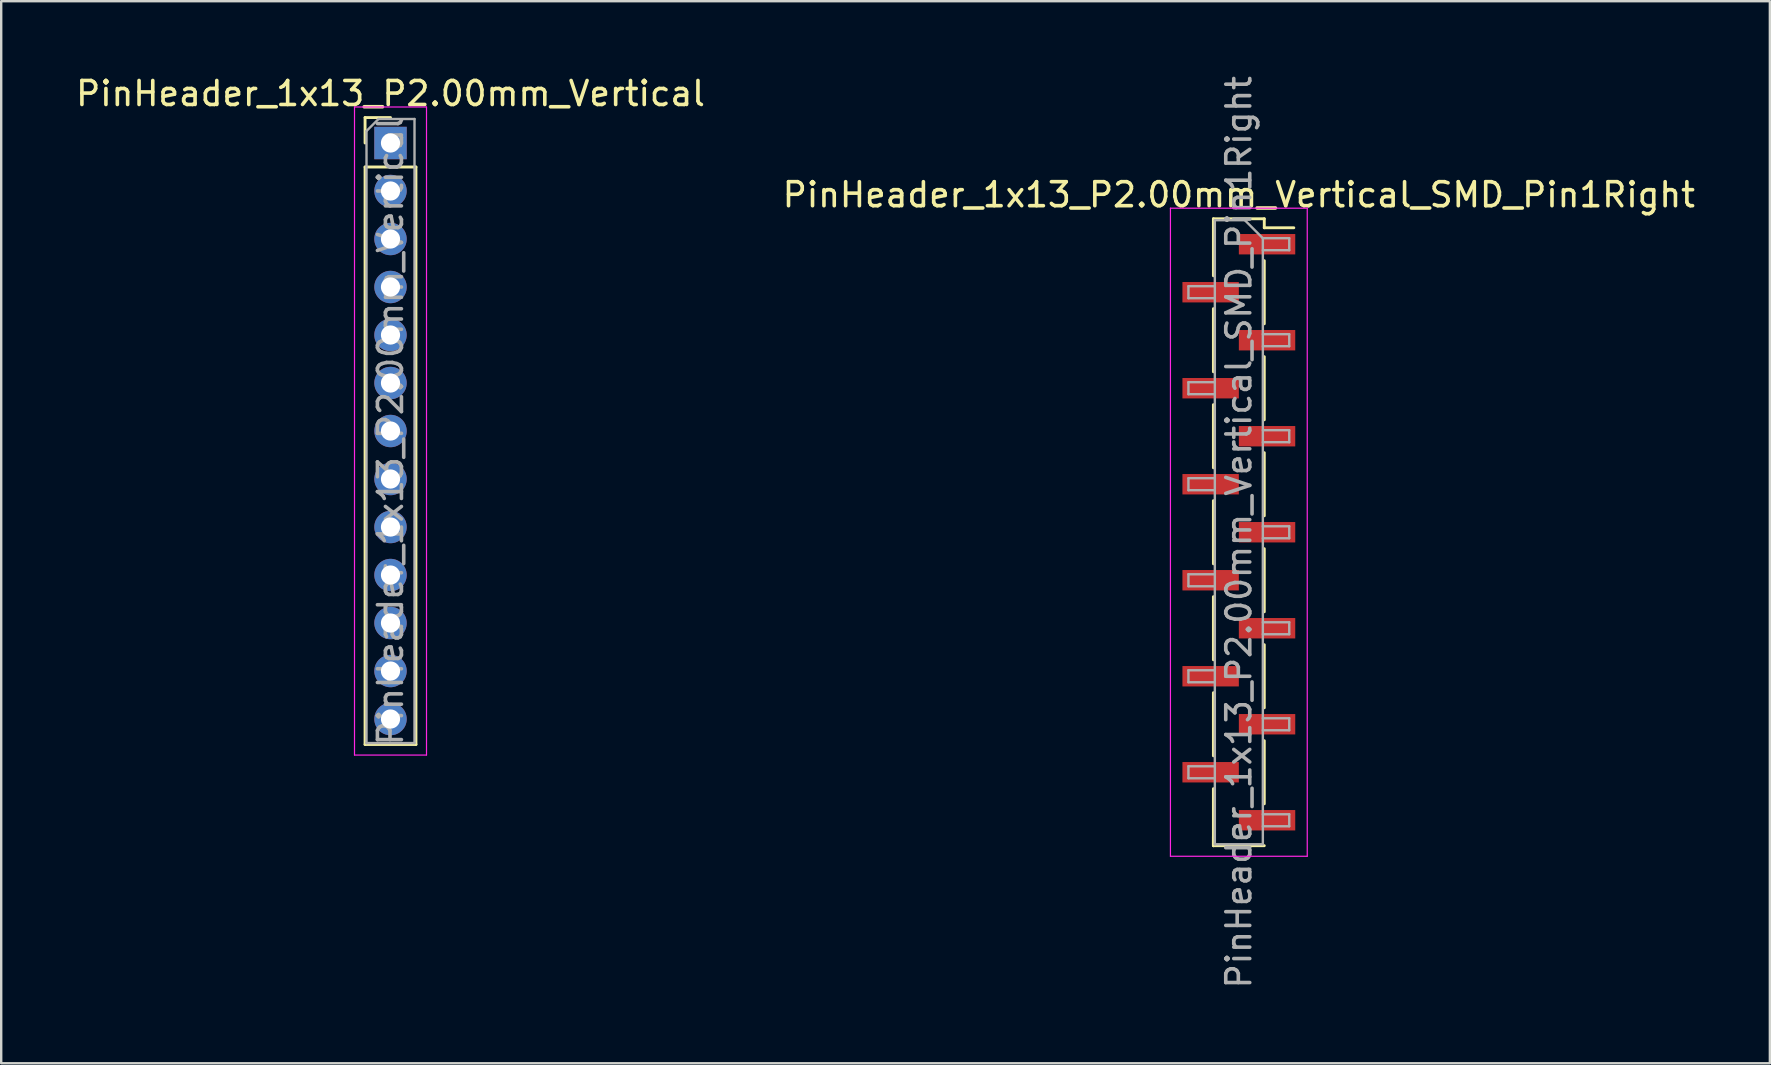
<source format=kicad_pcb>
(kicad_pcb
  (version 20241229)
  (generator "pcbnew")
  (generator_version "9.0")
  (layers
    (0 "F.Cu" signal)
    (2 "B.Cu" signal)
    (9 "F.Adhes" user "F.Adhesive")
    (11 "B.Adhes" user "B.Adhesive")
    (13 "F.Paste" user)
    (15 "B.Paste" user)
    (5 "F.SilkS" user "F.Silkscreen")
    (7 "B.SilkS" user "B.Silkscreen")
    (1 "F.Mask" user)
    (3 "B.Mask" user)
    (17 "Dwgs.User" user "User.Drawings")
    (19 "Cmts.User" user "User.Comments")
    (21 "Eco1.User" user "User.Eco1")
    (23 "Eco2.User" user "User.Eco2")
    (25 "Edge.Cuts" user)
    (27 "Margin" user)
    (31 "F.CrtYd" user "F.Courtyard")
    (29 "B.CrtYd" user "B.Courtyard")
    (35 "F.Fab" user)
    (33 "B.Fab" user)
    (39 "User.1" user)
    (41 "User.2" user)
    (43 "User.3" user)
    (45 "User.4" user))
  (footprint "PinHeader_1x13_P2.00mm_Vertical"
    (layer "F.Cu")
    (at 13.22 2.908)
    (property "Reference" "PinHeader_1x13_P2.00mm_Vertical" (at 0 -2.06 0) (layer "F.SilkS") (effects (font (size 1 1) (thickness 0.15))))
    (attr through_hole)
    (fp_line (start -1.06 -1.06) (end 0 -1.06) (stroke (width 0.12) (type solid)) (layer "F.SilkS"))
    (fp_line (start -1.06 0) (end -1.06 -1.06) (stroke (width 0.12) (type solid)) (layer "F.SilkS"))
    (fp_line (start -1.06 1) (end -1.06 25.06) (stroke (width 0.12) (type solid)) (layer "F.SilkS"))
    (fp_line (start -1.06 1) (end 1.06 1) (stroke (width 0.12) (type solid)) (layer "F.SilkS"))
    (fp_line (start -1.06 25.06) (end 1.06 25.06) (stroke (width 0.12) (type solid)) (layer "F.SilkS"))
    (fp_line (start 1.06 1) (end 1.06 25.06) (stroke (width 0.12) (type solid)) (layer "F.SilkS"))
    (fp_line (start -1.5 -1.5) (end -1.5 25.5) (stroke (width 0.05) (type solid)) (layer "F.CrtYd"))
    (fp_line (start -1.5 25.5) (end 1.5 25.5) (stroke (width 0.05) (type solid)) (layer "F.CrtYd"))
    (fp_line (start 1.5 -1.5) (end -1.5 -1.5) (stroke (width 0.05) (type solid)) (layer "F.CrtYd"))
    (fp_line (start 1.5 25.5) (end 1.5 -1.5) (stroke (width 0.05) (type solid)) (layer "F.CrtYd"))
    (fp_line (start -1 -0.5) (end -0.5 -1) (stroke (width 0.1) (type solid)) (layer "F.Fab"))
    (fp_line (start -1 25) (end -1 -0.5) (stroke (width 0.1) (type solid)) (layer "F.Fab"))
    (fp_line (start -0.5 -1) (end 1 -1) (stroke (width 0.1) (type solid)) (layer "F.Fab"))
    (fp_line (start 1 -1) (end 1 25) (stroke (width 0.1) (type solid)) (layer "F.Fab"))
    (fp_line (start 1 25) (end -1 25) (stroke (width 0.1) (type solid)) (layer "F.Fab"))
    (fp_text user "${REFERENCE}" (at 0 12 90) (layer "F.Fab") (effects (font (size 1 1) (thickness 0.15))))
    (pad "1" thru_hole rect (at 0 0) (size 1.35 1.35) (drill 0.8) (layers "*.Cu" "*.Mask"))
    (pad "2" thru_hole oval (at 0 2) (size 1.35 1.35) (drill 0.8) (layers "*.Cu" "*.Mask"))
    (pad "3" thru_hole oval (at 0 4) (size 1.35 1.35) (drill 0.8) (layers "*.Cu" "*.Mask"))
    (pad "4" thru_hole oval (at 0 6) (size 1.35 1.35) (drill 0.8) (layers "*.Cu" "*.Mask"))
    (pad "5" thru_hole oval (at 0 8) (size 1.35 1.35) (drill 0.8) (layers "*.Cu" "*.Mask"))
    (pad "6" thru_hole oval (at 0 10) (size 1.35 1.35) (drill 0.8) (layers "*.Cu" "*.Mask"))
    (pad "7" thru_hole oval (at 0 12) (size 1.35 1.35) (drill 0.8) (layers "*.Cu" "*.Mask"))
    (pad "8" thru_hole oval (at 0 14) (size 1.35 1.35) (drill 0.8) (layers "*.Cu" "*.Mask"))
    (pad "9" thru_hole oval (at 0 16) (size 1.35 1.35) (drill 0.8) (layers "*.Cu" "*.Mask"))
    (pad "10" thru_hole oval (at 0 18) (size 1.35 1.35) (drill 0.8) (layers "*.Cu" "*.Mask"))
    (pad "11" thru_hole oval (at 0 20) (size 1.35 1.35) (drill 0.8) (layers "*.Cu" "*.Mask"))
    (pad "12" thru_hole oval (at 0 22) (size 1.35 1.35) (drill 0.8) (layers "*.Cu" "*.Mask"))
    (pad "13" thru_hole oval (at 0 24) (size 1.35 1.35) (drill 0.8) (layers "*.Cu" "*.Mask")))
  (footprint "PinHeader_1x13_P2.00mm_Vertical_SMD_Pin1Right"
    (layer "F.Cu")
    (at 48.565 19.125)
    (property "Reference" "PinHeader_1x13_P2.00mm_Vertical_SMD_Pin1Right" (at 0 -14.06 0) (layer "F.SilkS") (effects (font (size 1 1) (thickness 0.15))))
    (attr smd)
    (fp_line (start -1.06 -13.06) (end -1.06 -10.685) (stroke (width 0.12) (type solid)) (layer "F.SilkS"))
    (fp_line (start -1.06 -13.06) (end 1.06 -13.06) (stroke (width 0.12) (type solid)) (layer "F.SilkS"))
    (fp_line (start -1.06 -9.315) (end -1.06 -6.685) (stroke (width 0.12) (type solid)) (layer "F.SilkS"))
    (fp_line (start -1.06 -5.315) (end -1.06 -2.685) (stroke (width 0.12) (type solid)) (layer "F.SilkS"))
    (fp_line (start -1.06 -1.315) (end -1.06 1.315) (stroke (width 0.12) (type solid)) (layer "F.SilkS"))
    (fp_line (start -1.06 2.685) (end -1.06 5.315) (stroke (width 0.12) (type solid)) (layer "F.SilkS"))
    (fp_line (start -1.06 6.685) (end -1.06 9.315) (stroke (width 0.12) (type solid)) (layer "F.SilkS"))
    (fp_line (start -1.06 10.685) (end -1.06 13.06) (stroke (width 0.12) (type solid)) (layer "F.SilkS"))
    (fp_line (start -1.06 12.685) (end -1.06 13.06) (stroke (width 0.12) (type solid)) (layer "F.SilkS"))
    (fp_line (start -1.06 13.06) (end 1.06 13.06) (stroke (width 0.12) (type solid)) (layer "F.SilkS"))
    (fp_line (start 1.06 -13.06) (end 1.06 -12.685) (stroke (width 0.12) (type solid)) (layer "F.SilkS"))
    (fp_line (start 1.06 -12.685) (end 2.29 -12.685) (stroke (width 0.12) (type solid)) (layer "F.SilkS"))
    (fp_line (start 1.06 -11.315) (end 1.06 -8.685) (stroke (width 0.12) (type solid)) (layer "F.SilkS"))
    (fp_line (start 1.06 -7.315) (end 1.06 -4.685) (stroke (width 0.12) (type solid)) (layer "F.SilkS"))
    (fp_line (start 1.06 -3.315) (end 1.06 -0.685) (stroke (width 0.12) (type solid)) (layer "F.SilkS"))
    (fp_line (start 1.06 0.685) (end 1.06 3.315) (stroke (width 0.12) (type solid)) (layer "F.SilkS"))
    (fp_line (start 1.06 4.685) (end 1.06 7.315) (stroke (width 0.12) (type solid)) (layer "F.SilkS"))
    (fp_line (start 1.06 8.685) (end 1.06 11.315) (stroke (width 0.12) (type solid)) (layer "F.SilkS"))
    (fp_line (start -2.85 -13.5) (end -2.85 13.5) (stroke (width 0.05) (type solid)) (layer "F.CrtYd"))
    (fp_line (start -2.85 13.5) (end 2.85 13.5) (stroke (width 0.05) (type solid)) (layer "F.CrtYd"))
    (fp_line (start 2.85 -13.5) (end -2.85 -13.5) (stroke (width 0.05) (type solid)) (layer "F.CrtYd"))
    (fp_line (start 2.85 13.5) (end 2.85 -13.5) (stroke (width 0.05) (type solid)) (layer "F.CrtYd"))
    (fp_line (start -2.1 -10.25) (end -2.1 -9.75) (stroke (width 0.1) (type solid)) (layer "F.Fab"))
    (fp_line (start -2.1 -9.75) (end -1 -9.75) (stroke (width 0.1) (type solid)) (layer "F.Fab"))
    (fp_line (start -2.1 -6.25) (end -2.1 -5.75) (stroke (width 0.1) (type solid)) (layer "F.Fab"))
    (fp_line (start -2.1 -5.75) (end -1 -5.75) (stroke (width 0.1) (type solid)) (layer "F.Fab"))
    (fp_line (start -2.1 -2.25) (end -2.1 -1.75) (stroke (width 0.1) (type solid)) (layer "F.Fab"))
    (fp_line (start -2.1 -1.75) (end -1 -1.75) (stroke (width 0.1) (type solid)) (layer "F.Fab"))
    (fp_line (start -2.1 1.75) (end -2.1 2.25) (stroke (width 0.1) (type solid)) (layer "F.Fab"))
    (fp_line (start -2.1 2.25) (end -1 2.25) (stroke (width 0.1) (type solid)) (layer "F.Fab"))
    (fp_line (start -2.1 5.75) (end -2.1 6.25) (stroke (width 0.1) (type solid)) (layer "F.Fab"))
    (fp_line (start -2.1 6.25) (end -1 6.25) (stroke (width 0.1) (type solid)) (layer "F.Fab"))
    (fp_line (start -2.1 9.75) (end -2.1 10.25) (stroke (width 0.1) (type solid)) (layer "F.Fab"))
    (fp_line (start -2.1 10.25) (end -1 10.25) (stroke (width 0.1) (type solid)) (layer "F.Fab"))
    (fp_line (start -1 -13) (end -1 13) (stroke (width 0.1) (type solid)) (layer "F.Fab"))
    (fp_line (start -1 -13) (end 0.25 -13) (stroke (width 0.1) (type solid)) (layer "F.Fab"))
    (fp_line (start -1 -10.25) (end -2.1 -10.25) (stroke (width 0.1) (type solid)) (layer "F.Fab"))
    (fp_line (start -1 -6.25) (end -2.1 -6.25) (stroke (width 0.1) (type solid)) (layer "F.Fab"))
    (fp_line (start -1 -2.25) (end -2.1 -2.25) (stroke (width 0.1) (type solid)) (layer "F.Fab"))
    (fp_line (start -1 1.75) (end -2.1 1.75) (stroke (width 0.1) (type solid)) (layer "F.Fab"))
    (fp_line (start -1 5.75) (end -2.1 5.75) (stroke (width 0.1) (type solid)) (layer "F.Fab"))
    (fp_line (start -1 9.75) (end -2.1 9.75) (stroke (width 0.1) (type solid)) (layer "F.Fab"))
    (fp_line (start 1 -12.25) (end 0.25 -13) (stroke (width 0.1) (type solid)) (layer "F.Fab"))
    (fp_line (start 1 -12.25) (end 2.1 -12.25) (stroke (width 0.1) (type solid)) (layer "F.Fab"))
    (fp_line (start 1 -8.25) (end 2.1 -8.25) (stroke (width 0.1) (type solid)) (layer "F.Fab"))
    (fp_line (start 1 -4.25) (end 2.1 -4.25) (stroke (width 0.1) (type solid)) (layer "F.Fab"))
    (fp_line (start 1 -0.25) (end 2.1 -0.25) (stroke (width 0.1) (type solid)) (layer "F.Fab"))
    (fp_line (start 1 3.75) (end 2.1 3.75) (stroke (width 0.1) (type solid)) (layer "F.Fab"))
    (fp_line (start 1 7.75) (end 2.1 7.75) (stroke (width 0.1) (type solid)) (layer "F.Fab"))
    (fp_line (start 1 11.75) (end 2.1 11.75) (stroke (width 0.1) (type solid)) (layer "F.Fab"))
    (fp_line (start 1 13) (end -1 13) (stroke (width 0.1) (type solid)) (layer "F.Fab"))
    (fp_line (start 1 13) (end 1 -12.25) (stroke (width 0.1) (type solid)) (layer "F.Fab"))
    (fp_line (start 2.1 -12.25) (end 2.1 -11.75) (stroke (width 0.1) (type solid)) (layer "F.Fab"))
    (fp_line (start 2.1 -11.75) (end 1 -11.75) (stroke (width 0.1) (type solid)) (layer "F.Fab"))
    (fp_line (start 2.1 -8.25) (end 2.1 -7.75) (stroke (width 0.1) (type solid)) (layer "F.Fab"))
    (fp_line (start 2.1 -7.75) (end 1 -7.75) (stroke (width 0.1) (type solid)) (layer "F.Fab"))
    (fp_line (start 2.1 -4.25) (end 2.1 -3.75) (stroke (width 0.1) (type solid)) (layer "F.Fab"))
    (fp_line (start 2.1 -3.75) (end 1 -3.75) (stroke (width 0.1) (type solid)) (layer "F.Fab"))
    (fp_line (start 2.1 -0.25) (end 2.1 0.25) (stroke (width 0.1) (type solid)) (layer "F.Fab"))
    (fp_line (start 2.1 0.25) (end 1 0.25) (stroke (width 0.1) (type solid)) (layer "F.Fab"))
    (fp_line (start 2.1 3.75) (end 2.1 4.25) (stroke (width 0.1) (type solid)) (layer "F.Fab"))
    (fp_line (start 2.1 4.25) (end 1 4.25) (stroke (width 0.1) (type solid)) (layer "F.Fab"))
    (fp_line (start 2.1 7.75) (end 2.1 8.25) (stroke (width 0.1) (type solid)) (layer "F.Fab"))
    (fp_line (start 2.1 8.25) (end 1 8.25) (stroke (width 0.1) (type solid)) (layer "F.Fab"))
    (fp_line (start 2.1 11.75) (end 2.1 12.25) (stroke (width 0.1) (type solid)) (layer "F.Fab"))
    (fp_line (start 2.1 12.25) (end 1 12.25) (stroke (width 0.1) (type solid)) (layer "F.Fab"))
    (fp_text user "${REFERENCE}" (at 0 0 90) (layer "F.Fab") (effects (font (size 1 1) (thickness 0.15))))
    (pad "1" smd rect (at 1.175 -12) (size 2.35 0.85) (layers "F.Cu" "F.Mask" "F.Paste"))
    (pad "2" smd rect (at -1.175 -10) (size 2.35 0.85) (layers "F.Cu" "F.Mask" "F.Paste"))
    (pad "3" smd rect (at 1.175 -8) (size 2.35 0.85) (layers "F.Cu" "F.Mask" "F.Paste"))
    (pad "4" smd rect (at -1.175 -6) (size 2.35 0.85) (layers "F.Cu" "F.Mask" "F.Paste"))
    (pad "5" smd rect (at 1.175 -4) (size 2.35 0.85) (layers "F.Cu" "F.Mask" "F.Paste"))
    (pad "6" smd rect (at -1.175 -2) (size 2.35 0.85) (layers "F.Cu" "F.Mask" "F.Paste"))
    (pad "7" smd rect (at 1.175 0) (size 2.35 0.85) (layers "F.Cu" "F.Mask" "F.Paste"))
    (pad "8" smd rect (at -1.175 2) (size 2.35 0.85) (layers "F.Cu" "F.Mask" "F.Paste"))
    (pad "9" smd rect (at 1.175 4) (size 2.35 0.85) (layers "F.Cu" "F.Mask" "F.Paste"))
    (pad "10" smd rect (at -1.175 6) (size 2.35 0.85) (layers "F.Cu" "F.Mask" "F.Paste"))
    (pad "11" smd rect (at 1.175 8) (size 2.35 0.85) (layers "F.Cu" "F.Mask" "F.Paste"))
    (pad "12" smd rect (at -1.175 10) (size 2.35 0.85) (layers "F.Cu" "F.Mask" "F.Paste"))
    (pad "13" smd rect (at 1.175 12) (size 2.35 0.85) (layers "F.Cu" "F.Mask" "F.Paste")))
  (gr_rect
    (start -3 -3)
    (end 70.69 41.25)
    (stroke (width 0.1) (type default))
    (fill no)
    (layer "Edge.Cuts")))
</source>
